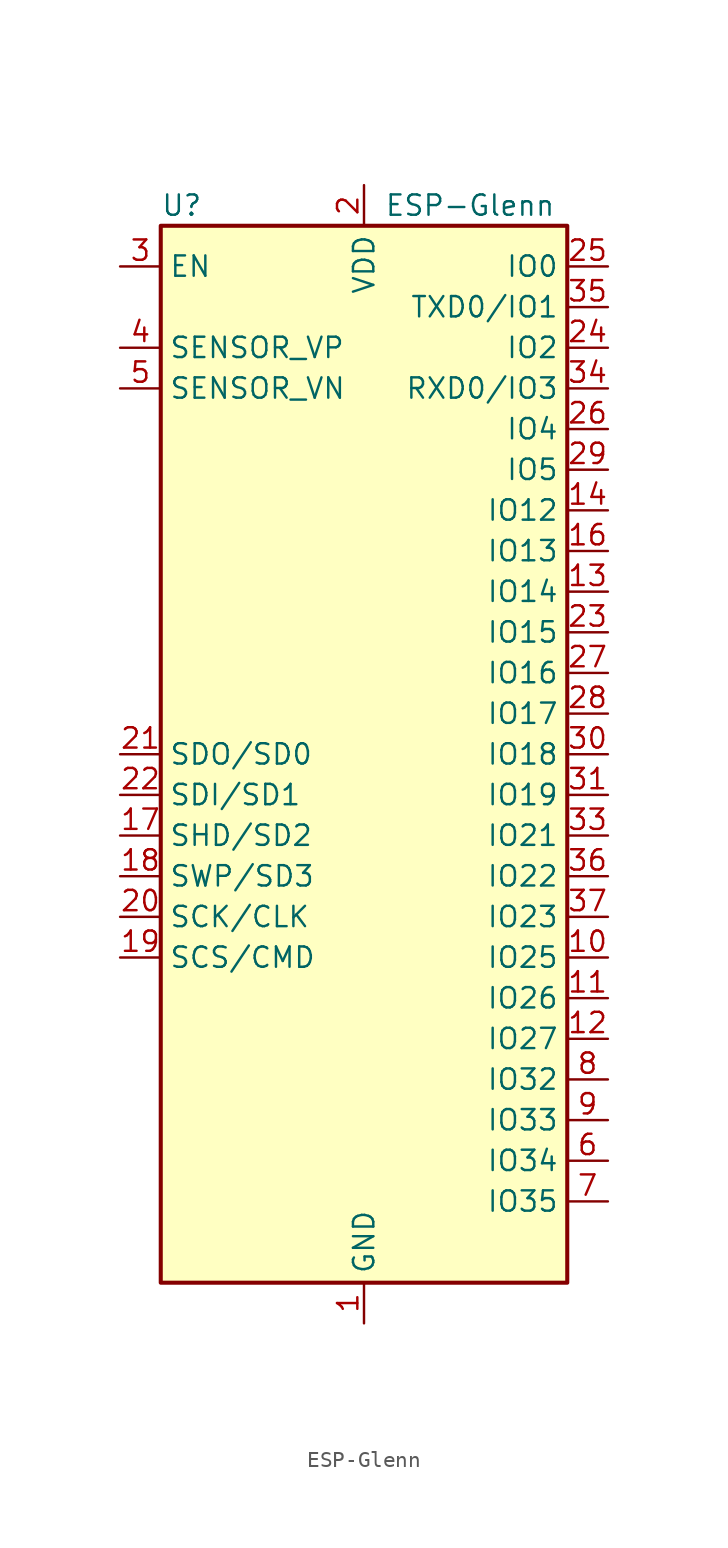
<source format=kicad_sym>
(kicad_symbol_lib
  (version 20231120)
  (generator "kicad_symbol_editor")
  (generator_version "8.0")
  (symbol "ESP-Glenn"
    (property "Reference" "U"
      (at -12.7 34.29 0)
      (effects (font (size 1.27 1.27)) (justify left)))
    (property "Value" "ESP-Glenn"
      (at 1.27 34.29 0)
      (effects (font (size 1.27 1.27)) (justify left)))
    (symbol "ESP-Glenn_0_1"
      (rectangle (start -12.7 33.02) (end 12.7 -33.02) (stroke (width 0.254) (type default)) (fill (type background))))
    (symbol "ESP-Glenn_1_1"
      (pin power_in line (at 0 -35.56 90) (length 2.54) (name "GND" (effects (font (size 1.27 1.27)))) (number "1" (effects (font (size 1.27 1.27)))))
      (pin bidirectional line (at 15.24 -12.7 180) (length 2.54) (name "IO25" (effects (font (size 1.27 1.27)))) (number "10" (effects (font (size 1.27 1.27)))))
      (pin bidirectional line (at 15.24 -15.24 180) (length 2.54) (name "IO26" (effects (font (size 1.27 1.27)))) (number "11" (effects (font (size 1.27 1.27)))))
      (pin bidirectional line (at 15.24 -17.78 180) (length 2.54) (name "IO27" (effects (font (size 1.27 1.27)))) (number "12" (effects (font (size 1.27 1.27)))))
      (pin bidirectional line (at 15.24 10.16 180) (length 2.54) (name "IO14" (effects (font (size 1.27 1.27)))) (number "13" (effects (font (size 1.27 1.27)))))
      (pin bidirectional line (at 15.24 15.24 180) (length 2.54) (name "IO12" (effects (font (size 1.27 1.27)))) (number "14" (effects (font (size 1.27 1.27)))))
      (pin passive line (at 0 -35.56 90) (length 2.54) hide (name "GND" (effects (font (size 1.27 1.27)))) (number "15" (effects (font (size 1.27 1.27)))))
      (pin bidirectional line (at 15.24 12.7 180) (length 2.54) (name "IO13" (effects (font (size 1.27 1.27)))) (number "16" (effects (font (size 1.27 1.27)))))
      (pin bidirectional line (at -15.24 -5.08 0) (length 2.54) (name "SHD/SD2" (effects (font (size 1.27 1.27)))) (number "17" (effects (font (size 1.27 1.27)))))
      (pin bidirectional line (at -15.24 -7.62 0) (length 2.54) (name "SWP/SD3" (effects (font (size 1.27 1.27)))) (number "18" (effects (font (size 1.27 1.27)))))
      (pin bidirectional line (at -15.24 -12.7 0) (length 2.54) (name "SCS/CMD" (effects (font (size 1.27 1.27)))) (number "19" (effects (font (size 1.27 1.27)))))
      (pin power_in line (at 0 35.56 270) (length 2.54) (name "VDD" (effects (font (size 1.27 1.27)))) (number "2" (effects (font (size 1.27 1.27)))))
      (pin bidirectional line (at -15.24 -10.16 0) (length 2.54) (name "SCK/CLK" (effects (font (size 1.27 1.27)))) (number "20" (effects (font (size 1.27 1.27)))))
      (pin bidirectional line (at -15.24 0 0) (length 2.54) (name "SDO/SD0" (effects (font (size 1.27 1.27)))) (number "21" (effects (font (size 1.27 1.27)))))
      (pin bidirectional line (at -15.24 -2.54 0) (length 2.54) (name "SDI/SD1" (effects (font (size 1.27 1.27)))) (number "22" (effects (font (size 1.27 1.27)))))
      (pin bidirectional line (at 15.24 7.62 180) (length 2.54) (name "IO15" (effects (font (size 1.27 1.27)))) (number "23" (effects (font (size 1.27 1.27)))))
      (pin bidirectional line (at 15.24 25.4 180) (length 2.54) (name "IO2" (effects (font (size 1.27 1.27)))) (number "24" (effects (font (size 1.27 1.27)))))
      (pin bidirectional line (at 15.24 30.48 180) (length 2.54) (name "IO0" (effects (font (size 1.27 1.27)))) (number "25" (effects (font (size 1.27 1.27)))))
      (pin bidirectional line (at 15.24 20.32 180) (length 2.54) (name "IO4" (effects (font (size 1.27 1.27)))) (number "26" (effects (font (size 1.27 1.27)))))
      (pin bidirectional line (at 15.24 5.08 180) (length 2.54) (name "IO16" (effects (font (size 1.27 1.27)))) (number "27" (effects (font (size 1.27 1.27)))))
      (pin bidirectional line (at 15.24 2.54 180) (length 2.54) (name "IO17" (effects (font (size 1.27 1.27)))) (number "28" (effects (font (size 1.27 1.27)))))
      (pin bidirectional line (at 15.24 17.78 180) (length 2.54) (name "IO5" (effects (font (size 1.27 1.27)))) (number "29" (effects (font (size 1.27 1.27)))))
      (pin input line (at -15.24 30.48 0) (length 2.54) (name "EN" (effects (font (size 1.27 1.27)))) (number "3" (effects (font (size 1.27 1.27)))))
      (pin bidirectional line (at 15.24 0 180) (length 2.54) (name "IO18" (effects (font (size 1.27 1.27)))) (number "30" (effects (font (size 1.27 1.27)))))
      (pin bidirectional line (at 15.24 -2.54 180) (length 2.54) (name "IO19" (effects (font (size 1.27 1.27)))) (number "31" (effects (font (size 1.27 1.27)))))
      (pin no_connect line (at -12.7 -27.94 0) (length 2.54) hide (name "NC" (effects (font (size 1.27 1.27)))) (number "32" (effects (font (size 1.27 1.27)))))
      (pin bidirectional line (at 15.24 -5.08 180) (length 2.54) (name "IO21" (effects (font (size 1.27 1.27)))) (number "33" (effects (font (size 1.27 1.27)))))
      (pin bidirectional line (at 15.24 22.86 180) (length 2.54) (name "RXD0/IO3" (effects (font (size 1.27 1.27)))) (number "34" (effects (font (size 1.27 1.27)))))
      (pin bidirectional line (at 15.24 27.94 180) (length 2.54) (name "TXD0/IO1" (effects (font (size 1.27 1.27)))) (number "35" (effects (font (size 1.27 1.27)))))
      (pin bidirectional line (at 15.24 -7.62 180) (length 2.54) (name "IO22" (effects (font (size 1.27 1.27)))) (number "36" (effects (font (size 1.27 1.27)))))
      (pin bidirectional line (at 15.24 -10.16 180) (length 2.54) (name "IO23" (effects (font (size 1.27 1.27)))) (number "37" (effects (font (size 1.27 1.27)))))
      (pin passive line (at 0 -35.56 90) (length 2.54) hide (name "GND" (effects (font (size 1.27 1.27)))) (number "38" (effects (font (size 1.27 1.27)))))
      (pin passive line (at 0 -35.56 90) (length 2.54) hide (name "GND" (effects (font (size 1.27 1.27)))) (number "39" (effects (font (size 1.27 1.27)))))
      (pin input line (at -15.24 25.4 0) (length 2.54) (name "SENSOR_VP" (effects (font (size 1.27 1.27)))) (number "4" (effects (font (size 1.27 1.27)))))
      (pin input line (at -15.24 22.86 0) (length 2.54) (name "SENSOR_VN" (effects (font (size 1.27 1.27)))) (number "5" (effects (font (size 1.27 1.27)))))
      (pin input line (at 15.24 -25.4 180) (length 2.54) (name "IO34" (effects (font (size 1.27 1.27)))) (number "6" (effects (font (size 1.27 1.27)))))
      (pin input line (at 15.24 -27.94 180) (length 2.54) (name "IO35" (effects (font (size 1.27 1.27)))) (number "7" (effects (font (size 1.27 1.27)))))
      (pin bidirectional line (at 15.24 -20.32 180) (length 2.54) (name "IO32" (effects (font (size 1.27 1.27)))) (number "8" (effects (font (size 1.27 1.27)))))
      (pin bidirectional line (at 15.24 -22.86 180) (length 2.54) (name "IO33" (effects (font (size 1.27 1.27)))) (number "9" (effects (font (size 1.27 1.27))))))))
</source>
